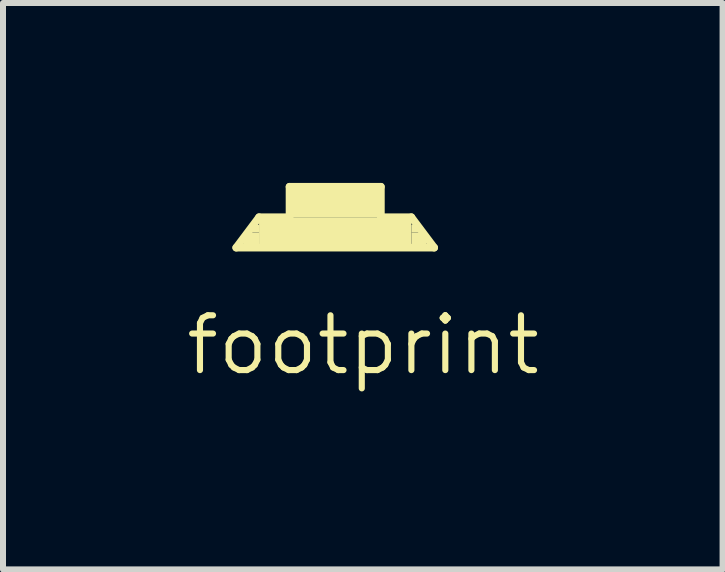
<source format=kicad_pcb>
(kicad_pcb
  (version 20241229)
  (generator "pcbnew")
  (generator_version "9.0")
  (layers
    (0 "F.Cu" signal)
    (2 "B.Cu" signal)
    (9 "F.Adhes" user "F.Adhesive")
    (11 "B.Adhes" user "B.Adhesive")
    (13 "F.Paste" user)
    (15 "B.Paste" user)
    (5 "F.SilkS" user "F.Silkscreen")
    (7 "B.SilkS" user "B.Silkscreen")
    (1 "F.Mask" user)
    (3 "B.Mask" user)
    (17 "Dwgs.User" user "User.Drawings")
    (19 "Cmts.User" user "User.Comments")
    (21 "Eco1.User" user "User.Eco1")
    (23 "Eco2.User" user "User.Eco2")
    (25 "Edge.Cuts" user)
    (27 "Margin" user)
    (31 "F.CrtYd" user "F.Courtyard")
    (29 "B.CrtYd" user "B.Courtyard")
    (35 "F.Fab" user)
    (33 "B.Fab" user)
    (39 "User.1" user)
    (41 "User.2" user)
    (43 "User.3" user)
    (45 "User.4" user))
  (footprint "footprint"
    (layer "F.Cu")
    (at 2.54 0.699)
    (property "Reference" "footprint" (at -2.54 2.54 0) (layer "F.SilkS") (effects (font (size 0.914 0.914) (thickness 0.102)) (justify left bottom)))
    (fp_line (start -1.651 0.381) (end -1.27 -0.127) (stroke (width 0.127) (type solid)) (layer "F.SilkS"))
    (fp_line (start -1.651 0.381) (end 1.651 0.381) (stroke (width 0.127) (type solid)) (layer "F.SilkS"))
    (fp_line (start -0.762 -0.635) (end -0.762 -0.127) (stroke (width 0.127) (type solid)) (layer "F.SilkS"))
    (fp_line (start -0.762 -0.127) (end -1.27 -0.127) (stroke (width 0.127) (type solid)) (layer "F.SilkS"))
    (fp_line (start 0.762 -0.635) (end -0.762 -0.635) (stroke (width 0.127) (type solid)) (layer "F.SilkS"))
    (fp_line (start 0.762 -0.635) (end 0.762 -0.127) (stroke (width 0.127) (type solid)) (layer "F.SilkS"))
    (fp_line (start 1.27 -0.127) (end 0.762 -0.127) (stroke (width 0.127) (type solid)) (layer "F.SilkS"))
    (fp_line (start 1.27 -0.127) (end 1.651 0.381) (stroke (width 0.127) (type solid)) (layer "F.SilkS"))
    (fp_poly (pts (xy -1.524 0.381) (xy -1.27 0.381) (xy -1.27 0.127) (xy -1.524 0.127)) (stroke (width 0) (type solid)) (fill yes) (layer "F.SilkS"))
    (fp_poly (pts (xy -1.397 0.127) (xy -1.27 0.127) (xy -1.27 0) (xy -1.397 0)) (stroke (width 0) (type solid)) (fill yes) (layer "F.SilkS"))
    (fp_poly (pts (xy -1.27 0.381) (xy 1.27 0.381) (xy 1.27 -0.127) (xy -1.27 -0.127)) (stroke (width 0) (type solid)) (fill yes) (layer "F.SilkS"))
    (fp_poly (pts (xy -0.762 -0.127) (xy 0.762 -0.127) (xy 0.762 -0.635) (xy -0.762 -0.635)) (stroke (width 0) (type solid)) (fill yes) (layer "F.SilkS"))
    (fp_poly (pts (xy 1.27 0.127) (xy 1.397 0.127) (xy 1.397 0) (xy 1.27 0)) (stroke (width 0) (type solid)) (fill yes) (layer "F.SilkS"))
    (fp_poly (pts (xy 1.27 0.381) (xy 1.524 0.381) (xy 1.524 0.127) (xy 1.27 0.127)) (stroke (width 0) (type solid)) (fill yes) (layer "F.SilkS")))
  (gr_rect
    (start -3 -3)
    (end 9 6.446)
    (stroke (width 0.1) (type default))
    (fill no)
    (layer "Edge.Cuts")))
</source>
